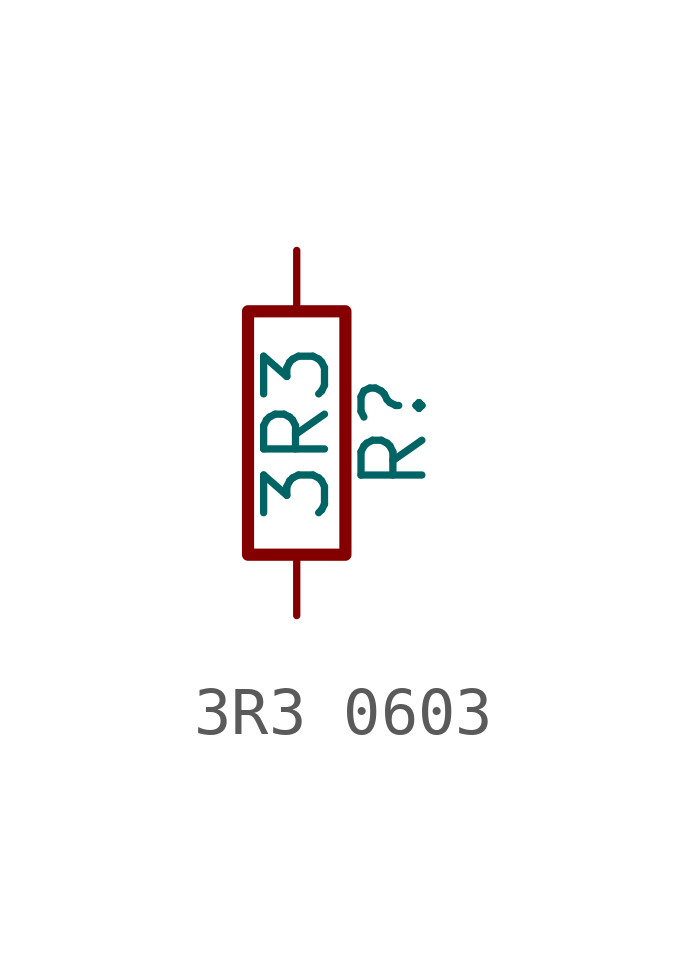
<source format=kicad_sym>
(kicad_symbol_lib
  (version 20231120)
  (generator "kicad_symbol_editor")
  (generator_version "8.0")
  (symbol "3R3 0603"
    (pin_numbers hide)
    (pin_names
      (offset 0))
    (property "Reference" "R"
      (at 2.032 0 90)
      (effects (font (size 1.27 1.27))))
    (property "Value" "3R3"
      (at 0 0 90)
      (effects (font (size 1.27 1.27))))
    (symbol "3R3 0603_0_1"
      (rectangle (start -1.016 -2.54) (end 1.016 2.54) (stroke (width 0.254) (type default)) (fill (type none))))
    (symbol "3R3 0603_1_1"
      (pin passive line (at 0 3.81 270) (length 1.27) (name "~" (effects (font (size 1.27 1.27)))) (number "1" (effects (font (size 1.27 1.27)))))
      (pin passive line (at 0 -3.81 90) (length 1.27) (name "~" (effects (font (size 1.27 1.27)))) (number "2" (effects (font (size 1.27 1.27))))))))
</source>
